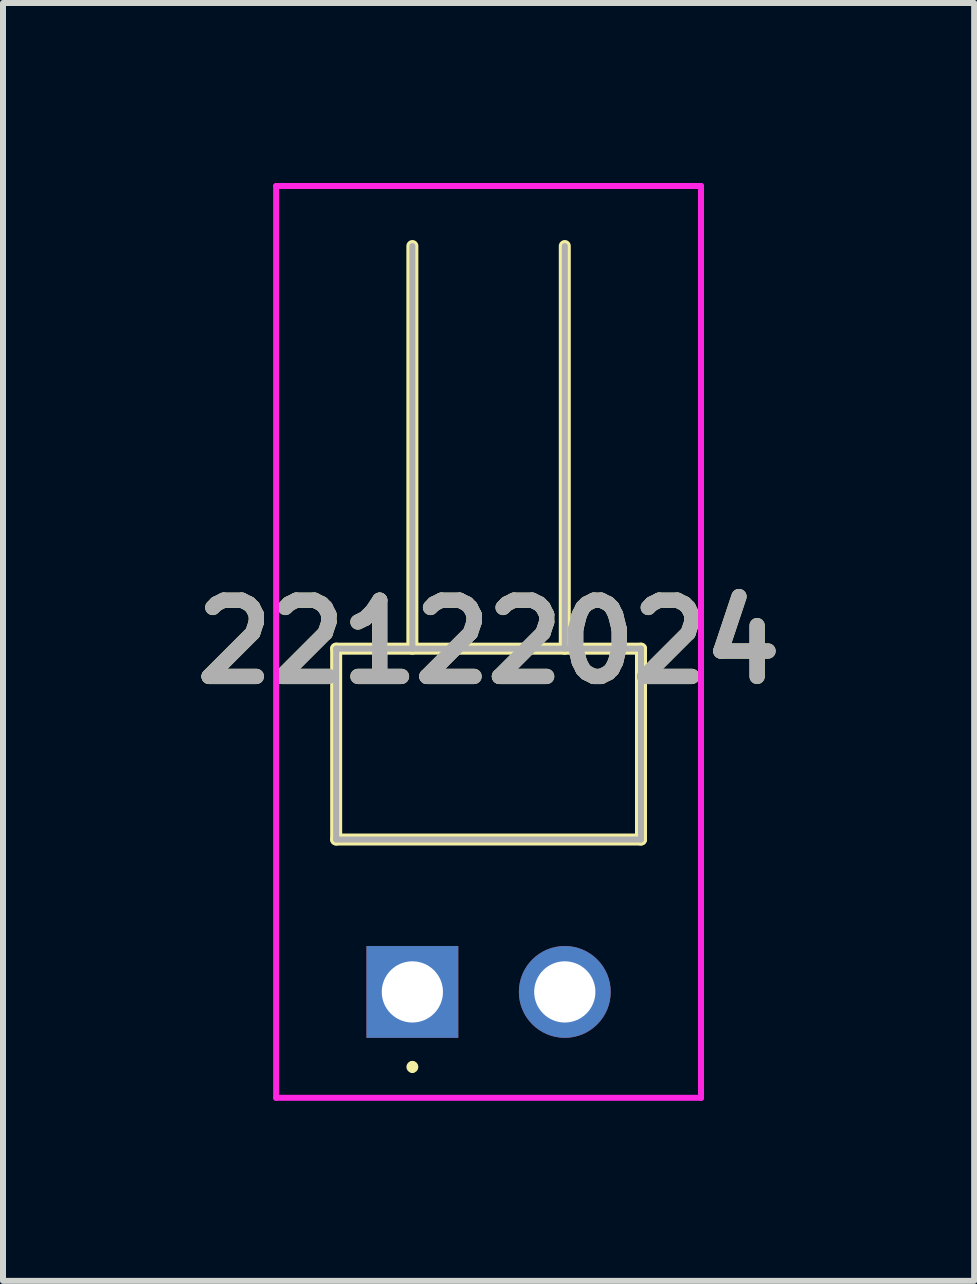
<source format=kicad_pcb>
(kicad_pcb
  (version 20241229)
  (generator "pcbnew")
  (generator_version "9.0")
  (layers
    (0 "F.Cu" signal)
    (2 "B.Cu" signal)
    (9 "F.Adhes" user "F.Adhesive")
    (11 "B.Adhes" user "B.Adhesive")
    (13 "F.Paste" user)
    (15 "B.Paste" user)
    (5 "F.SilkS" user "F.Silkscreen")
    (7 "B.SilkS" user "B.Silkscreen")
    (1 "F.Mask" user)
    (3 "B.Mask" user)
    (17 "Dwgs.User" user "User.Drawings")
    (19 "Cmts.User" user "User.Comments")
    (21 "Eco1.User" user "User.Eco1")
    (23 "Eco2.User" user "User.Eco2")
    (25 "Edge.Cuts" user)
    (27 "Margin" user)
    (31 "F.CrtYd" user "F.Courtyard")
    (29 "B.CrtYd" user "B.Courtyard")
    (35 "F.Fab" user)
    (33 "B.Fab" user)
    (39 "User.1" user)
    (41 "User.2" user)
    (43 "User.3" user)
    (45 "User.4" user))
  (footprint "22122024"
    (layer "F.Cu")
    (at 3.822 13.48)
    (property "Reference" "22122024" (at 1.27 -5.832 0) (layer "F.SilkS") (effects (font (size 1.27 1.27) (thickness 0.254))))
    (attr through_hole)
    (fp_line (start -1.27 -5.72) (end 3.81 -5.72) (stroke (width 0.2) (type solid)) (layer "F.SilkS"))
    (fp_line (start -1.27 -2.54) (end -1.27 -5.72) (stroke (width 0.2) (type solid)) (layer "F.SilkS"))
    (fp_line (start 0 -12.43) (end 0 -5.72) (stroke (width 0.2) (type solid)) (layer "F.SilkS"))
    (fp_line (start 0 1.2) (end 0 1.2) (stroke (width 0.1) (type solid)) (layer "F.SilkS"))
    (fp_line (start 0 1.3) (end 0 1.3) (stroke (width 0.1) (type solid)) (layer "F.SilkS"))
    (fp_line (start 2.54 -12.43) (end 2.54 -5.72) (stroke (width 0.2) (type solid)) (layer "F.SilkS"))
    (fp_line (start 3.81 -5.72) (end 3.81 -2.54) (stroke (width 0.2) (type solid)) (layer "F.SilkS"))
    (fp_line (start 3.81 -2.54) (end -1.27 -2.54) (stroke (width 0.2) (type solid)) (layer "F.SilkS"))
    (fp_arc (start 0 1.2) (mid 0.05 1.25) (end 0 1.3) (stroke (width 0.1) (type solid)) (layer "F.SilkS"))
    (fp_arc (start 0 1.3) (mid -0.05 1.25) (end 0 1.2) (stroke (width 0.1) (type solid)) (layer "F.SilkS"))
    (fp_line (start -2.27 -13.43) (end 4.81 -13.43) (stroke (width 0.1) (type solid)) (layer "F.CrtYd"))
    (fp_line (start -2.27 1.765) (end -2.27 -13.43) (stroke (width 0.1) (type solid)) (layer "F.CrtYd"))
    (fp_line (start 4.81 -13.43) (end 4.81 1.765) (stroke (width 0.1) (type solid)) (layer "F.CrtYd"))
    (fp_line (start 4.81 1.765) (end -2.27 1.765) (stroke (width 0.1) (type solid)) (layer "F.CrtYd"))
    (fp_line (start -1.27 -5.72) (end 3.81 -5.72) (stroke (width 0.1) (type solid)) (layer "F.Fab"))
    (fp_line (start -1.27 -2.54) (end -1.27 -5.72) (stroke (width 0.1) (type solid)) (layer "F.Fab"))
    (fp_line (start 0 -12.43) (end 0 -5.72) (stroke (width 0.1) (type solid)) (layer "F.Fab"))
    (fp_line (start 2.54 -12.43) (end 2.54 -5.72) (stroke (width 0.1) (type solid)) (layer "F.Fab"))
    (fp_line (start 3.81 -5.72) (end 3.81 -2.54) (stroke (width 0.1) (type solid)) (layer "F.Fab"))
    (fp_line (start 3.81 -2.54) (end -1.27 -2.54) (stroke (width 0.1) (type solid)) (layer "F.Fab"))
    (fp_text user "${REFERENCE}" (at 1.27 -5.832 0) (layer "F.Fab") (effects (font (size 1.27 1.27) (thickness 0.254))))
    (pad "1" thru_hole rect (at 0 0) (size 1.53 1.53) (drill 1.02) (layers "*.Cu" "*.Mask"))
    (pad "2" thru_hole circle (at 2.54 0) (size 1.53 1.53) (drill 1.02) (layers "*.Cu" "*.Mask")))
  (gr_rect
    (start -3 -3)
    (end 13.184 18.295)
    (stroke (width 0.1) (type default))
    (fill no)
    (layer "Edge.Cuts")))
</source>
